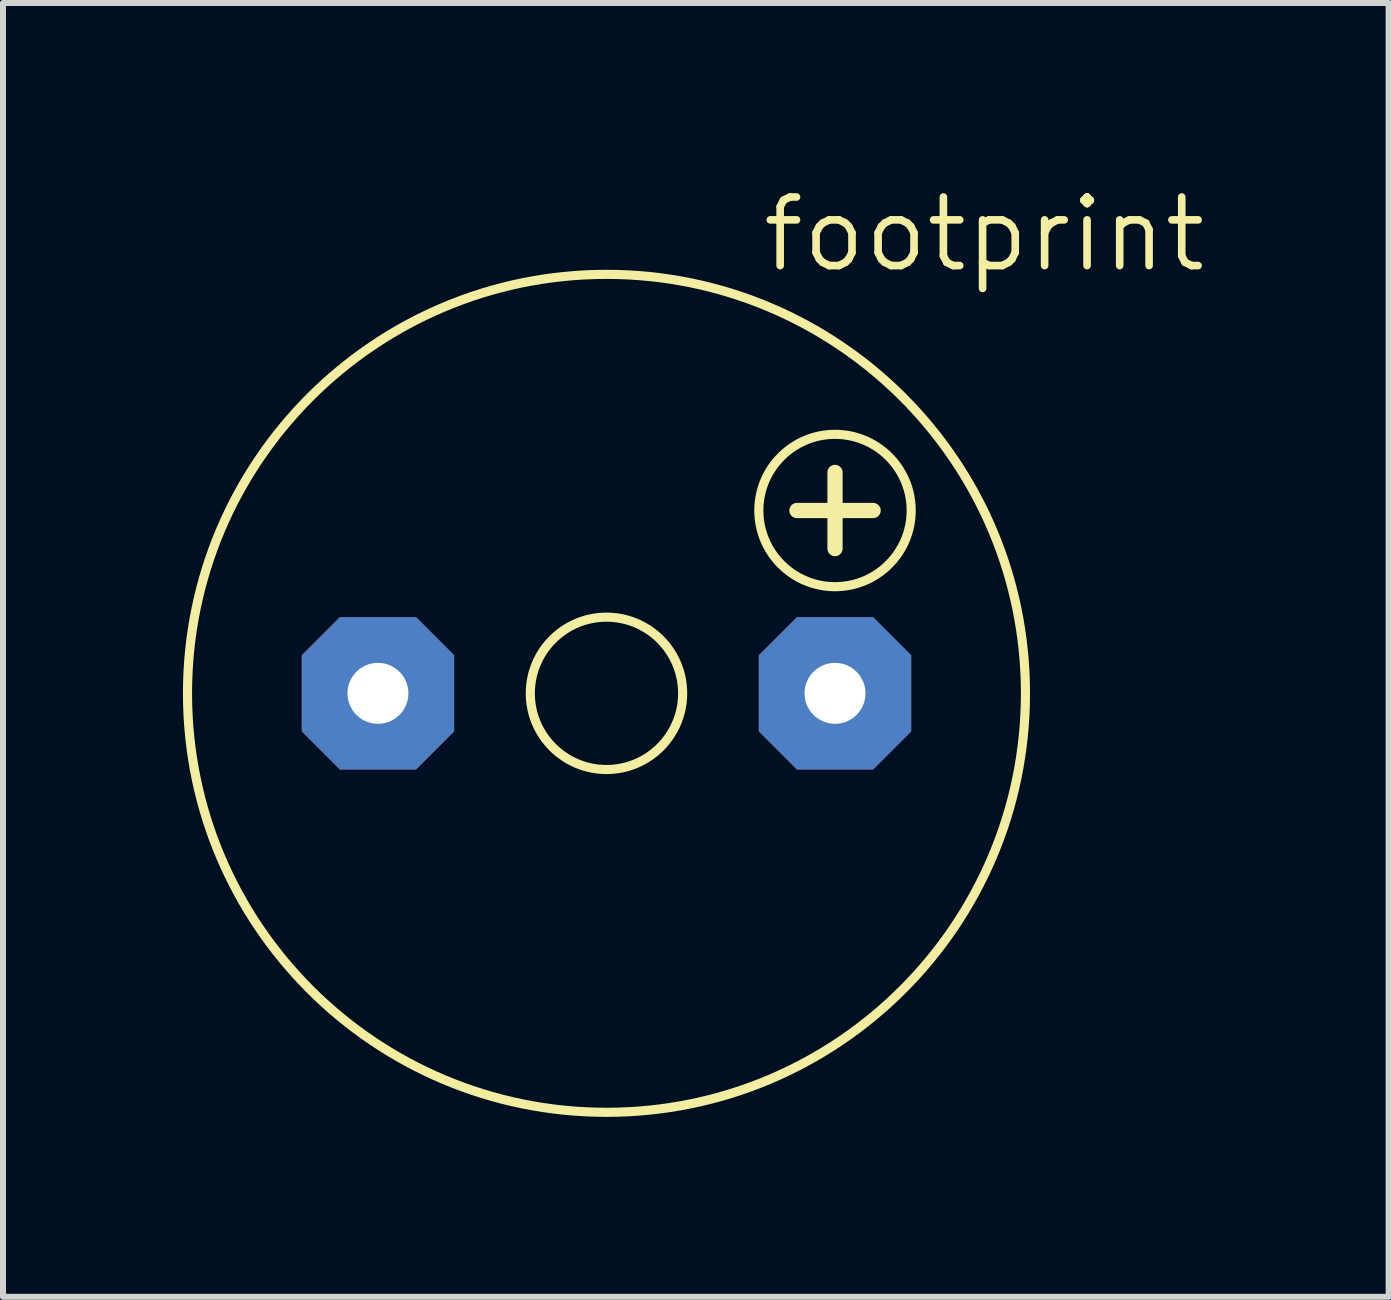
<source format=kicad_pcb>
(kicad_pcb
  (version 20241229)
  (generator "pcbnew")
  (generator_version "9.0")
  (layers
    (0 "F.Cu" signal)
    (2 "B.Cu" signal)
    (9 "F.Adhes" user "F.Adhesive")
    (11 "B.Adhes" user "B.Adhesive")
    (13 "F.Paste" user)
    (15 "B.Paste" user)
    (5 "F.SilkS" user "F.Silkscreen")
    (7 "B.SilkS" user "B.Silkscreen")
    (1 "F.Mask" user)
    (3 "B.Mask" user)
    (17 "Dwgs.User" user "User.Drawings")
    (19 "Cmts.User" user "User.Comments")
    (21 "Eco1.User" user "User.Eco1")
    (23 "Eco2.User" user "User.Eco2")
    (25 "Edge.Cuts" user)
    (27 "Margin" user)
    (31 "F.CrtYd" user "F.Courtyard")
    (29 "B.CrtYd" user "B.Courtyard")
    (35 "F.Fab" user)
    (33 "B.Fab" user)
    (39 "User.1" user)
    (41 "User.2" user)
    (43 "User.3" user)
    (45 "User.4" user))
  (footprint "footprint"
    (layer "F.Cu")
    (at 7.061 8.509)
    (property "Reference" "footprint" (at 2.54 -6.985 0) (layer "F.SilkS") (effects (font (size 1.143 1.143) (thickness 0.127)) (justify left bottom)))
    (fp_line (start 3.175 -3.048) (end 4.445 -3.048) (stroke (width 0.254) (type solid)) (layer "F.SilkS"))
    (fp_line (start 3.81 -3.683) (end 3.81 -2.413) (stroke (width 0.254) (type solid)) (layer "F.SilkS"))
    (fp_circle (center 0 0) (end 1.27 0) (stroke (width 0.152) (type solid)) (fill no) (layer "F.SilkS"))
    (fp_circle (center 0 0) (end 6.985 0) (stroke (width 0.152) (type solid)) (fill no) (layer "F.SilkS"))
    (fp_circle (center 3.81 -3.048) (end 5.08 -3.048) (stroke (width 0.152) (type solid)) (fill no) (layer "F.SilkS"))
    (pad "+" thru_hole roundrect (at 3.81 0) (size 2.54 2.54) (drill 1.016) (layers "*.Cu" "*.Mask") (roundrect_rratio 0.25) (chamfer_ratio 0.25) (chamfer top_left top_right bottom_left bottom_right))
    (pad "-" thru_hole roundrect (at -3.81 0) (size 2.54 2.54) (drill 1.016) (layers "*.Cu" "*.Mask") (roundrect_rratio 0.25) (chamfer_ratio 0.25) (chamfer top_left top_right bottom_left bottom_right)))
  (gr_rect
    (start -3 -3)
    (end 20.101 18.57)
    (stroke (width 0.1) (type default))
    (fill no)
    (layer "Edge.Cuts")))
</source>
